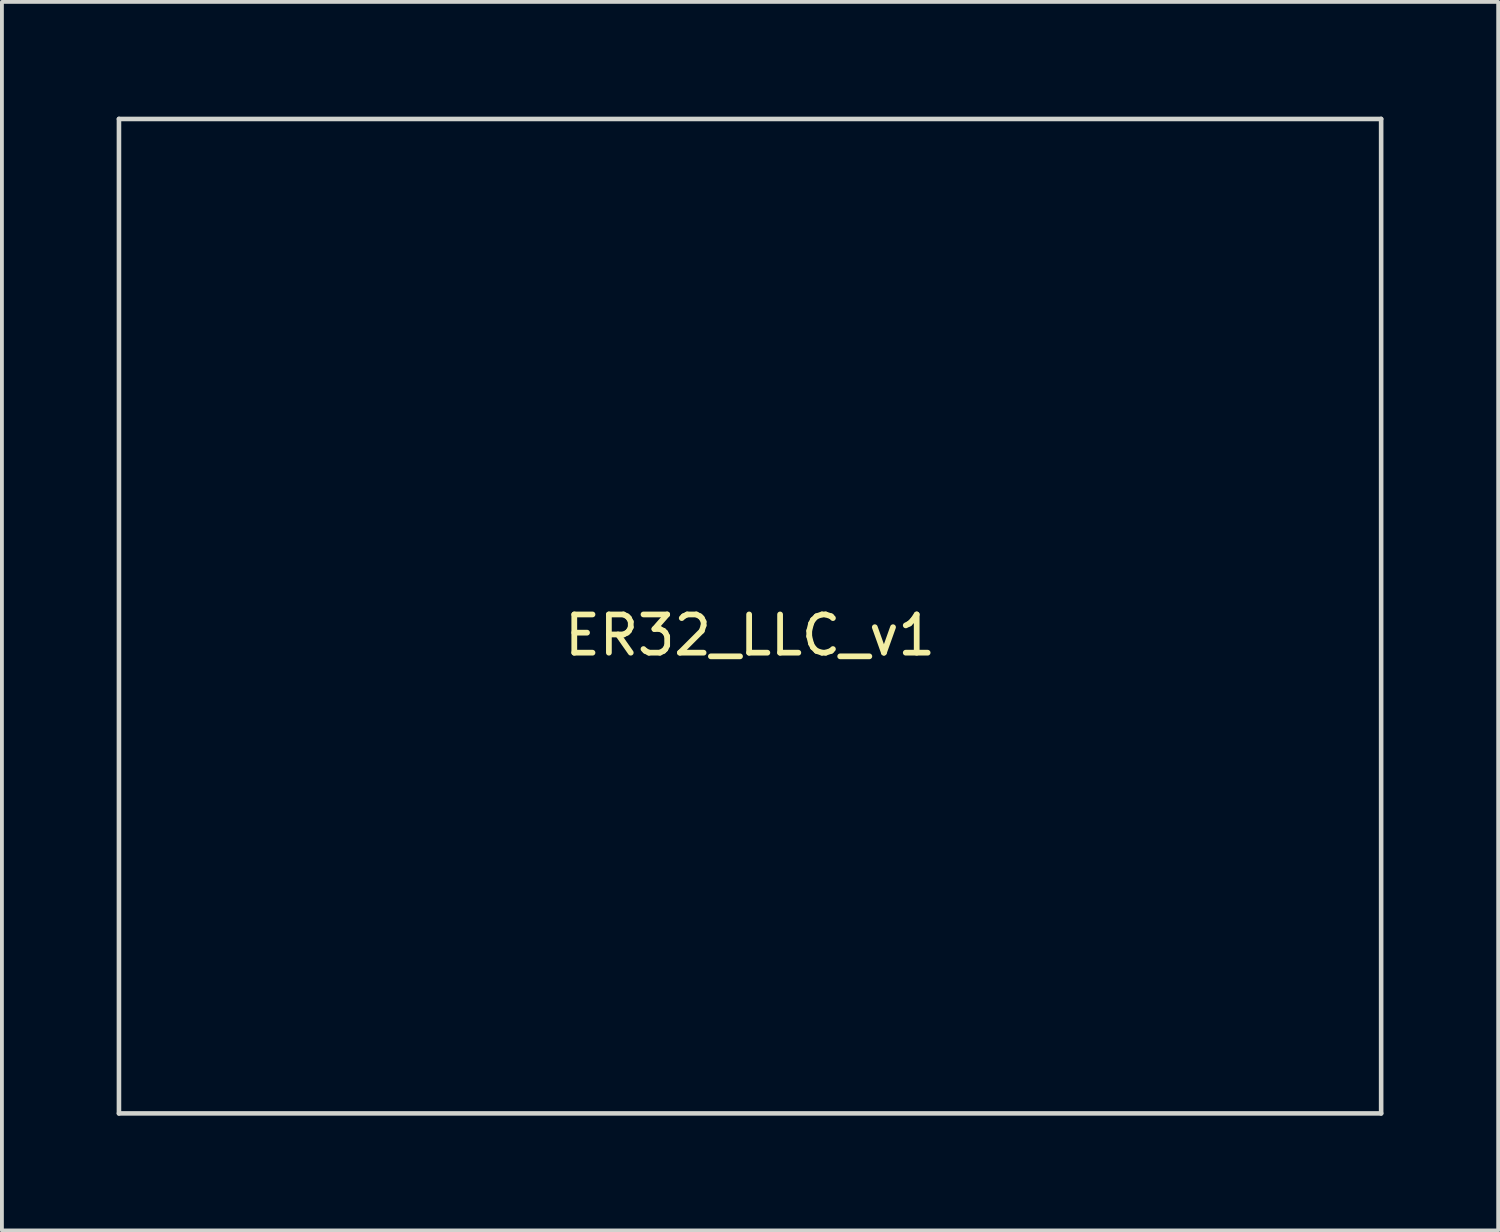
<source format=kicad_pcb>
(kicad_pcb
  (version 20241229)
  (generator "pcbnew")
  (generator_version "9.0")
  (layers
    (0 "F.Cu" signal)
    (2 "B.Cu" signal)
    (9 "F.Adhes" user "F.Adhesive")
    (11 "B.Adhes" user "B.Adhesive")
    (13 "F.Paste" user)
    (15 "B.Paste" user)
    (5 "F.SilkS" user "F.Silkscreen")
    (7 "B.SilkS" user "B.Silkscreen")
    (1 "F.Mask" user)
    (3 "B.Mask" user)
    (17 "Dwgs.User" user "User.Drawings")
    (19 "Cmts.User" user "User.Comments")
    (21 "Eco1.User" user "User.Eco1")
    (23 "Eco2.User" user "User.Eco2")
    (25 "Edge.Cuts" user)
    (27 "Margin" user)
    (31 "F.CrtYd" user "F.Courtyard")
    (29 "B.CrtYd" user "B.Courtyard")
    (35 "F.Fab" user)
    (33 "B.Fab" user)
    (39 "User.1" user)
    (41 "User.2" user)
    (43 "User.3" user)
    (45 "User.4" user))
  (footprint "ER32_LLC_v1"
    (layer "F.Cu")
    (at 16.56 13.06)
    (property "Reference" "ER32_LLC_v1" (at 0 0.5 0) (layer "F.SilkS") (effects (font (size 1 1) (thickness 0.15))))
    (attr through_hole)
    (fp_line (start -16.5 -13) (end 16.5 -13) (stroke (width 0.12) (type solid)) (layer "Edge.Cuts"))
    (fp_line (start -16.5 13) (end -16.5 -13) (stroke (width 0.12) (type solid)) (layer "Edge.Cuts"))
    (fp_line (start 16.5 -13) (end 16.5 13) (stroke (width 0.12) (type solid)) (layer "Edge.Cuts"))
    (fp_line (start 16.5 13) (end -16.5 13) (stroke (width 0.12) (type solid)) (layer "Edge.Cuts")))
  (gr_rect
    (start -3 -3)
    (end 36.12 29.12)
    (stroke (width 0.1) (type default))
    (fill no)
    (layer "Edge.Cuts")))
</source>
